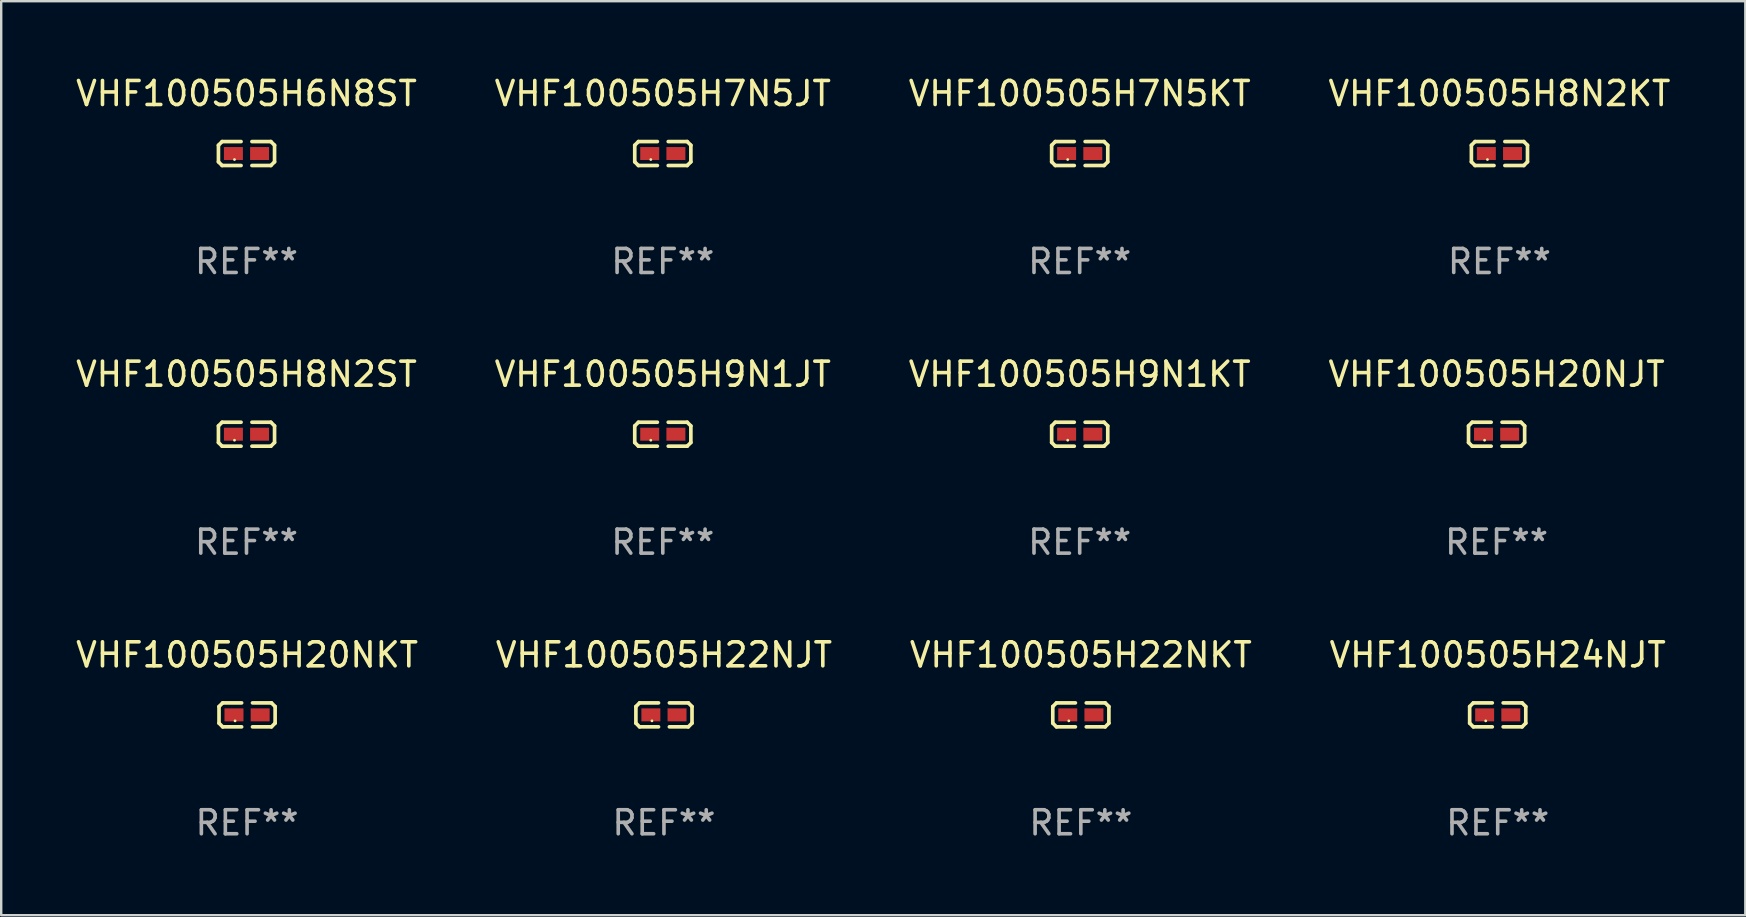
<source format=kicad_pcb>
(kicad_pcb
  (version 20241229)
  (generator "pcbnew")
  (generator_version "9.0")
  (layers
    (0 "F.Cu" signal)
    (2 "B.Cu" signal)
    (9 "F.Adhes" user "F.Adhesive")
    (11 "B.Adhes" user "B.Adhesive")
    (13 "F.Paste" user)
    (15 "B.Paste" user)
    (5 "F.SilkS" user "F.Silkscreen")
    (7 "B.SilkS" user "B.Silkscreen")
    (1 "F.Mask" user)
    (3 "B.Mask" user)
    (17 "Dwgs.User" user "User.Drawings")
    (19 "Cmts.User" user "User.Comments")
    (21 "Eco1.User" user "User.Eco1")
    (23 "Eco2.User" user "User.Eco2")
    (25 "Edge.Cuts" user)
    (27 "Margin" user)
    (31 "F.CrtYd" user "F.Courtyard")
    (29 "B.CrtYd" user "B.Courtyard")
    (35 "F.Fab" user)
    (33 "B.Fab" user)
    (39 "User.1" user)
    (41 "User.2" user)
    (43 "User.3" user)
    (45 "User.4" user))
  (footprint "VHF100505H20NJT"
    (layer "F.Cu")
    (at 59.304 15.041)
    (property "Reference" "VHF100505H20NJT" (at 0 -2.499 0) (layer "F.SilkS") (effects (font (size 1 1) (thickness 0.15))))
    (attr through_hole)
    (fp_line (start -1.169 -0.346) (end -1.016 -0.499) (stroke (width 0.152) (type solid)) (layer "F.SilkS"))
    (fp_line (start -1.169 0.346) (end -1.169 -0.346) (stroke (width 0.152) (type solid)) (layer "F.SilkS"))
    (fp_line (start -1.016 -0.499) (end -0.226 -0.499) (stroke (width 0.152) (type solid)) (layer "F.SilkS"))
    (fp_line (start -1.016 0.499) (end -1.169 0.346) (stroke (width 0.152) (type solid)) (layer "F.SilkS"))
    (fp_line (start -0.226 0.499) (end -1.016 0.499) (stroke (width 0.152) (type solid)) (layer "F.SilkS"))
    (fp_line (start 0.226 0.499) (end 1.016 0.499) (stroke (width 0.152) (type solid)) (layer "F.SilkS"))
    (fp_line (start 1.016 -0.499) (end 0.226 -0.499) (stroke (width 0.152) (type solid)) (layer "F.SilkS"))
    (fp_line (start 1.016 0.499) (end 1.169 0.346) (stroke (width 0.152) (type solid)) (layer "F.SilkS"))
    (fp_line (start 1.169 -0.346) (end 1.016 -0.499) (stroke (width 0.152) (type solid)) (layer "F.SilkS"))
    (fp_line (start 1.169 0.346) (end 1.169 -0.346) (stroke (width 0.152) (type solid)) (layer "F.SilkS"))
    (fp_circle (center -0.5 0.25) (end -0.47 0.25) (stroke (width 0.06) (type solid)) (fill no) (layer "F.SilkS"))
    (fp_text user "REF**" (at 0 4.499 0) (layer "F.Fab") (effects (font (size 1 1) (thickness 0.15))))
    (pad "1" smd rect (at -0.545 0) (size 0.79 0.54) (layers "F.Cu" "F.Mask" "F.Paste"))
    (pad "2" smd rect (at 0.545 0) (size 0.79 0.54) (layers "F.Cu" "F.Mask" "F.Paste")))
  (footprint "VHF100505H9N1JT"
    (layer "F.Cu")
    (at 24.565 15.041)
    (property "Reference" "VHF100505H9N1JT" (at 0 -2.499 0) (layer "F.SilkS") (effects (font (size 1 1) (thickness 0.15))))
    (attr through_hole)
    (fp_line (start -1.169 -0.346) (end -1.016 -0.499) (stroke (width 0.152) (type solid)) (layer "F.SilkS"))
    (fp_line (start -1.169 0.346) (end -1.169 -0.346) (stroke (width 0.152) (type solid)) (layer "F.SilkS"))
    (fp_line (start -1.016 -0.499) (end -0.226 -0.499) (stroke (width 0.152) (type solid)) (layer "F.SilkS"))
    (fp_line (start -1.016 0.499) (end -1.169 0.346) (stroke (width 0.152) (type solid)) (layer "F.SilkS"))
    (fp_line (start -0.226 0.499) (end -1.016 0.499) (stroke (width 0.152) (type solid)) (layer "F.SilkS"))
    (fp_line (start 0.226 0.499) (end 1.016 0.499) (stroke (width 0.152) (type solid)) (layer "F.SilkS"))
    (fp_line (start 1.016 -0.499) (end 0.226 -0.499) (stroke (width 0.152) (type solid)) (layer "F.SilkS"))
    (fp_line (start 1.016 0.499) (end 1.169 0.346) (stroke (width 0.152) (type solid)) (layer "F.SilkS"))
    (fp_line (start 1.169 -0.346) (end 1.016 -0.499) (stroke (width 0.152) (type solid)) (layer "F.SilkS"))
    (fp_line (start 1.169 0.346) (end 1.169 -0.346) (stroke (width 0.152) (type solid)) (layer "F.SilkS"))
    (fp_circle (center -0.5 0.25) (end -0.47 0.25) (stroke (width 0.06) (type solid)) (fill no) (layer "F.SilkS"))
    (fp_text user "REF**" (at 0 4.499 0) (layer "F.Fab") (effects (font (size 1 1) (thickness 0.15))))
    (pad "1" smd rect (at -0.545 0) (size 0.79 0.54) (layers "F.Cu" "F.Mask" "F.Paste"))
    (pad "2" smd rect (at 0.545 0) (size 0.79 0.54) (layers "F.Cu" "F.Mask" "F.Paste")))
  (footprint "VHF100505H9N1KT"
    (layer "F.Cu")
    (at 41.935 15.041)
    (property "Reference" "VHF100505H9N1KT" (at 0 -2.499 0) (layer "F.SilkS") (effects (font (size 1 1) (thickness 0.15))))
    (attr through_hole)
    (fp_line (start -1.169 -0.346) (end -1.016 -0.499) (stroke (width 0.152) (type solid)) (layer "F.SilkS"))
    (fp_line (start -1.169 0.346) (end -1.169 -0.346) (stroke (width 0.152) (type solid)) (layer "F.SilkS"))
    (fp_line (start -1.016 -0.499) (end -0.226 -0.499) (stroke (width 0.152) (type solid)) (layer "F.SilkS"))
    (fp_line (start -1.016 0.499) (end -1.169 0.346) (stroke (width 0.152) (type solid)) (layer "F.SilkS"))
    (fp_line (start -0.226 0.499) (end -1.016 0.499) (stroke (width 0.152) (type solid)) (layer "F.SilkS"))
    (fp_line (start 0.226 0.499) (end 1.016 0.499) (stroke (width 0.152) (type solid)) (layer "F.SilkS"))
    (fp_line (start 1.016 -0.499) (end 0.226 -0.499) (stroke (width 0.152) (type solid)) (layer "F.SilkS"))
    (fp_line (start 1.016 0.499) (end 1.169 0.346) (stroke (width 0.152) (type solid)) (layer "F.SilkS"))
    (fp_line (start 1.169 -0.346) (end 1.016 -0.499) (stroke (width 0.152) (type solid)) (layer "F.SilkS"))
    (fp_line (start 1.169 0.346) (end 1.169 -0.346) (stroke (width 0.152) (type solid)) (layer "F.SilkS"))
    (fp_circle (center -0.5 0.25) (end -0.47 0.25) (stroke (width 0.06) (type solid)) (fill no) (layer "F.SilkS"))
    (fp_text user "REF**" (at 0 4.499 0) (layer "F.Fab") (effects (font (size 1 1) (thickness 0.15))))
    (pad "1" smd rect (at -0.545 0) (size 0.79 0.54) (layers "F.Cu" "F.Mask" "F.Paste"))
    (pad "2" smd rect (at 0.545 0) (size 0.79 0.54) (layers "F.Cu" "F.Mask" "F.Paste")))
  (footprint "VHF100505H24NJT"
    (layer "F.Cu")
    (at 59.351 26.734)
    (property "Reference" "VHF100505H24NJT" (at 0 -2.499 0) (layer "F.SilkS") (effects (font (size 1 1) (thickness 0.15))))
    (attr through_hole)
    (fp_line (start -1.169 -0.346) (end -1.016 -0.499) (stroke (width 0.152) (type solid)) (layer "F.SilkS"))
    (fp_line (start -1.169 0.346) (end -1.169 -0.346) (stroke (width 0.152) (type solid)) (layer "F.SilkS"))
    (fp_line (start -1.016 -0.499) (end -0.226 -0.499) (stroke (width 0.152) (type solid)) (layer "F.SilkS"))
    (fp_line (start -1.016 0.499) (end -1.169 0.346) (stroke (width 0.152) (type solid)) (layer "F.SilkS"))
    (fp_line (start -0.226 0.499) (end -1.016 0.499) (stroke (width 0.152) (type solid)) (layer "F.SilkS"))
    (fp_line (start 0.226 0.499) (end 1.016 0.499) (stroke (width 0.152) (type solid)) (layer "F.SilkS"))
    (fp_line (start 1.016 -0.499) (end 0.226 -0.499) (stroke (width 0.152) (type solid)) (layer "F.SilkS"))
    (fp_line (start 1.016 0.499) (end 1.169 0.346) (stroke (width 0.152) (type solid)) (layer "F.SilkS"))
    (fp_line (start 1.169 -0.346) (end 1.016 -0.499) (stroke (width 0.152) (type solid)) (layer "F.SilkS"))
    (fp_line (start 1.169 0.346) (end 1.169 -0.346) (stroke (width 0.152) (type solid)) (layer "F.SilkS"))
    (fp_circle (center -0.5 0.25) (end -0.47 0.25) (stroke (width 0.06) (type solid)) (fill no) (layer "F.SilkS"))
    (fp_text user "REF**" (at 0 4.499 0) (layer "F.Fab") (effects (font (size 1 1) (thickness 0.15))))
    (pad "1" smd rect (at -0.545 0) (size 0.79 0.54) (layers "F.Cu" "F.Mask" "F.Paste"))
    (pad "2" smd rect (at 0.545 0) (size 0.79 0.54) (layers "F.Cu" "F.Mask" "F.Paste")))
  (footprint "VHF100505H6N8ST"
    (layer "F.Cu")
    (at 7.22 3.347)
    (property "Reference" "VHF100505H6N8ST" (at 0 -2.499 0) (layer "F.SilkS") (effects (font (size 1 1) (thickness 0.15))))
    (attr through_hole)
    (fp_line (start -1.169 -0.346) (end -1.016 -0.499) (stroke (width 0.152) (type solid)) (layer "F.SilkS"))
    (fp_line (start -1.169 0.346) (end -1.169 -0.346) (stroke (width 0.152) (type solid)) (layer "F.SilkS"))
    (fp_line (start -1.016 -0.499) (end -0.226 -0.499) (stroke (width 0.152) (type solid)) (layer "F.SilkS"))
    (fp_line (start -1.016 0.499) (end -1.169 0.346) (stroke (width 0.152) (type solid)) (layer "F.SilkS"))
    (fp_line (start -0.226 0.499) (end -1.016 0.499) (stroke (width 0.152) (type solid)) (layer "F.SilkS"))
    (fp_line (start 0.226 0.499) (end 1.016 0.499) (stroke (width 0.152) (type solid)) (layer "F.SilkS"))
    (fp_line (start 1.016 -0.499) (end 0.226 -0.499) (stroke (width 0.152) (type solid)) (layer "F.SilkS"))
    (fp_line (start 1.016 0.499) (end 1.169 0.346) (stroke (width 0.152) (type solid)) (layer "F.SilkS"))
    (fp_line (start 1.169 -0.346) (end 1.016 -0.499) (stroke (width 0.152) (type solid)) (layer "F.SilkS"))
    (fp_line (start 1.169 0.346) (end 1.169 -0.346) (stroke (width 0.152) (type solid)) (layer "F.SilkS"))
    (fp_circle (center -0.5 0.25) (end -0.47 0.25) (stroke (width 0.06) (type solid)) (fill no) (layer "F.SilkS"))
    (fp_text user "REF**" (at 0 4.499 0) (layer "F.Fab") (effects (font (size 1 1) (thickness 0.15))))
    (pad "1" smd rect (at -0.545 0) (size 0.79 0.54) (layers "F.Cu" "F.Mask" "F.Paste"))
    (pad "2" smd rect (at 0.545 0) (size 0.79 0.54) (layers "F.Cu" "F.Mask" "F.Paste")))
  (footprint "VHF100505H8N2KT"
    (layer "F.Cu")
    (at 59.423 3.347)
    (property "Reference" "VHF100505H8N2KT" (at 0 -2.499 0) (layer "F.SilkS") (effects (font (size 1 1) (thickness 0.15))))
    (attr through_hole)
    (fp_line (start -1.169 -0.346) (end -1.016 -0.499) (stroke (width 0.152) (type solid)) (layer "F.SilkS"))
    (fp_line (start -1.169 0.346) (end -1.169 -0.346) (stroke (width 0.152) (type solid)) (layer "F.SilkS"))
    (fp_line (start -1.016 -0.499) (end -0.226 -0.499) (stroke (width 0.152) (type solid)) (layer "F.SilkS"))
    (fp_line (start -1.016 0.499) (end -1.169 0.346) (stroke (width 0.152) (type solid)) (layer "F.SilkS"))
    (fp_line (start -0.226 0.499) (end -1.016 0.499) (stroke (width 0.152) (type solid)) (layer "F.SilkS"))
    (fp_line (start 0.226 0.499) (end 1.016 0.499) (stroke (width 0.152) (type solid)) (layer "F.SilkS"))
    (fp_line (start 1.016 -0.499) (end 0.226 -0.499) (stroke (width 0.152) (type solid)) (layer "F.SilkS"))
    (fp_line (start 1.016 0.499) (end 1.169 0.346) (stroke (width 0.152) (type solid)) (layer "F.SilkS"))
    (fp_line (start 1.169 -0.346) (end 1.016 -0.499) (stroke (width 0.152) (type solid)) (layer "F.SilkS"))
    (fp_line (start 1.169 0.346) (end 1.169 -0.346) (stroke (width 0.152) (type solid)) (layer "F.SilkS"))
    (fp_circle (center -0.5 0.25) (end -0.47 0.25) (stroke (width 0.06) (type solid)) (fill no) (layer "F.SilkS"))
    (fp_text user "REF**" (at 0 4.499 0) (layer "F.Fab") (effects (font (size 1 1) (thickness 0.15))))
    (pad "1" smd rect (at -0.545 0) (size 0.79 0.54) (layers "F.Cu" "F.Mask" "F.Paste"))
    (pad "2" smd rect (at 0.545 0) (size 0.79 0.54) (layers "F.Cu" "F.Mask" "F.Paste")))
  (footprint "VHF100505H22NKT"
    (layer "F.Cu")
    (at 41.982 26.734)
    (property "Reference" "VHF100505H22NKT" (at 0 -2.499 0) (layer "F.SilkS") (effects (font (size 1 1) (thickness 0.15))))
    (attr through_hole)
    (fp_line (start -1.169 -0.346) (end -1.016 -0.499) (stroke (width 0.152) (type solid)) (layer "F.SilkS"))
    (fp_line (start -1.169 0.346) (end -1.169 -0.346) (stroke (width 0.152) (type solid)) (layer "F.SilkS"))
    (fp_line (start -1.016 -0.499) (end -0.226 -0.499) (stroke (width 0.152) (type solid)) (layer "F.SilkS"))
    (fp_line (start -1.016 0.499) (end -1.169 0.346) (stroke (width 0.152) (type solid)) (layer "F.SilkS"))
    (fp_line (start -0.226 0.499) (end -1.016 0.499) (stroke (width 0.152) (type solid)) (layer "F.SilkS"))
    (fp_line (start 0.226 0.499) (end 1.016 0.499) (stroke (width 0.152) (type solid)) (layer "F.SilkS"))
    (fp_line (start 1.016 -0.499) (end 0.226 -0.499) (stroke (width 0.152) (type solid)) (layer "F.SilkS"))
    (fp_line (start 1.016 0.499) (end 1.169 0.346) (stroke (width 0.152) (type solid)) (layer "F.SilkS"))
    (fp_line (start 1.169 -0.346) (end 1.016 -0.499) (stroke (width 0.152) (type solid)) (layer "F.SilkS"))
    (fp_line (start 1.169 0.346) (end 1.169 -0.346) (stroke (width 0.152) (type solid)) (layer "F.SilkS"))
    (fp_circle (center -0.5 0.25) (end -0.47 0.25) (stroke (width 0.06) (type solid)) (fill no) (layer "F.SilkS"))
    (fp_text user "REF**" (at 0 4.499 0) (layer "F.Fab") (effects (font (size 1 1) (thickness 0.15))))
    (pad "1" smd rect (at -0.545 0) (size 0.79 0.54) (layers "F.Cu" "F.Mask" "F.Paste"))
    (pad "2" smd rect (at 0.545 0) (size 0.79 0.54) (layers "F.Cu" "F.Mask" "F.Paste")))
  (footprint "VHF100505H22NJT"
    (layer "F.Cu")
    (at 24.613 26.734)
    (property "Reference" "VHF100505H22NJT" (at 0 -2.499 0) (layer "F.SilkS") (effects (font (size 1 1) (thickness 0.15))))
    (attr through_hole)
    (fp_line (start -1.169 -0.346) (end -1.016 -0.499) (stroke (width 0.152) (type solid)) (layer "F.SilkS"))
    (fp_line (start -1.169 0.346) (end -1.169 -0.346) (stroke (width 0.152) (type solid)) (layer "F.SilkS"))
    (fp_line (start -1.016 -0.499) (end -0.226 -0.499) (stroke (width 0.152) (type solid)) (layer "F.SilkS"))
    (fp_line (start -1.016 0.499) (end -1.169 0.346) (stroke (width 0.152) (type solid)) (layer "F.SilkS"))
    (fp_line (start -0.226 0.499) (end -1.016 0.499) (stroke (width 0.152) (type solid)) (layer "F.SilkS"))
    (fp_line (start 0.226 0.499) (end 1.016 0.499) (stroke (width 0.152) (type solid)) (layer "F.SilkS"))
    (fp_line (start 1.016 -0.499) (end 0.226 -0.499) (stroke (width 0.152) (type solid)) (layer "F.SilkS"))
    (fp_line (start 1.016 0.499) (end 1.169 0.346) (stroke (width 0.152) (type solid)) (layer "F.SilkS"))
    (fp_line (start 1.169 -0.346) (end 1.016 -0.499) (stroke (width 0.152) (type solid)) (layer "F.SilkS"))
    (fp_line (start 1.169 0.346) (end 1.169 -0.346) (stroke (width 0.152) (type solid)) (layer "F.SilkS"))
    (fp_circle (center -0.5 0.25) (end -0.47 0.25) (stroke (width 0.06) (type solid)) (fill no) (layer "F.SilkS"))
    (fp_text user "REF**" (at 0 4.499 0) (layer "F.Fab") (effects (font (size 1 1) (thickness 0.15))))
    (pad "1" smd rect (at -0.545 0) (size 0.79 0.54) (layers "F.Cu" "F.Mask" "F.Paste"))
    (pad "2" smd rect (at 0.545 0) (size 0.79 0.54) (layers "F.Cu" "F.Mask" "F.Paste")))
  (footprint "VHF100505H20NKT"
    (layer "F.Cu")
    (at 7.244 26.734)
    (property "Reference" "VHF100505H20NKT" (at 0 -2.499 0) (layer "F.SilkS") (effects (font (size 1 1) (thickness 0.15))))
    (attr through_hole)
    (fp_line (start -1.169 -0.346) (end -1.016 -0.499) (stroke (width 0.152) (type solid)) (layer "F.SilkS"))
    (fp_line (start -1.169 0.346) (end -1.169 -0.346) (stroke (width 0.152) (type solid)) (layer "F.SilkS"))
    (fp_line (start -1.016 -0.499) (end -0.226 -0.499) (stroke (width 0.152) (type solid)) (layer "F.SilkS"))
    (fp_line (start -1.016 0.499) (end -1.169 0.346) (stroke (width 0.152) (type solid)) (layer "F.SilkS"))
    (fp_line (start -0.226 0.499) (end -1.016 0.499) (stroke (width 0.152) (type solid)) (layer "F.SilkS"))
    (fp_line (start 0.226 0.499) (end 1.016 0.499) (stroke (width 0.152) (type solid)) (layer "F.SilkS"))
    (fp_line (start 1.016 -0.499) (end 0.226 -0.499) (stroke (width 0.152) (type solid)) (layer "F.SilkS"))
    (fp_line (start 1.016 0.499) (end 1.169 0.346) (stroke (width 0.152) (type solid)) (layer "F.SilkS"))
    (fp_line (start 1.169 -0.346) (end 1.016 -0.499) (stroke (width 0.152) (type solid)) (layer "F.SilkS"))
    (fp_line (start 1.169 0.346) (end 1.169 -0.346) (stroke (width 0.152) (type solid)) (layer "F.SilkS"))
    (fp_circle (center -0.5 0.25) (end -0.47 0.25) (stroke (width 0.06) (type solid)) (fill no) (layer "F.SilkS"))
    (fp_text user "REF**" (at 0 4.499 0) (layer "F.Fab") (effects (font (size 1 1) (thickness 0.15))))
    (pad "1" smd rect (at -0.545 0) (size 0.79 0.54) (layers "F.Cu" "F.Mask" "F.Paste"))
    (pad "2" smd rect (at 0.545 0) (size 0.79 0.54) (layers "F.Cu" "F.Mask" "F.Paste")))
  (footprint "VHF100505H8N2ST"
    (layer "F.Cu")
    (at 7.22 15.041)
    (property "Reference" "VHF100505H8N2ST" (at 0 -2.499 0) (layer "F.SilkS") (effects (font (size 1 1) (thickness 0.15))))
    (attr through_hole)
    (fp_line (start -1.169 -0.346) (end -1.016 -0.499) (stroke (width 0.152) (type solid)) (layer "F.SilkS"))
    (fp_line (start -1.169 0.346) (end -1.169 -0.346) (stroke (width 0.152) (type solid)) (layer "F.SilkS"))
    (fp_line (start -1.016 -0.499) (end -0.226 -0.499) (stroke (width 0.152) (type solid)) (layer "F.SilkS"))
    (fp_line (start -1.016 0.499) (end -1.169 0.346) (stroke (width 0.152) (type solid)) (layer "F.SilkS"))
    (fp_line (start -0.226 0.499) (end -1.016 0.499) (stroke (width 0.152) (type solid)) (layer "F.SilkS"))
    (fp_line (start 0.226 0.499) (end 1.016 0.499) (stroke (width 0.152) (type solid)) (layer "F.SilkS"))
    (fp_line (start 1.016 -0.499) (end 0.226 -0.499) (stroke (width 0.152) (type solid)) (layer "F.SilkS"))
    (fp_line (start 1.016 0.499) (end 1.169 0.346) (stroke (width 0.152) (type solid)) (layer "F.SilkS"))
    (fp_line (start 1.169 -0.346) (end 1.016 -0.499) (stroke (width 0.152) (type solid)) (layer "F.SilkS"))
    (fp_line (start 1.169 0.346) (end 1.169 -0.346) (stroke (width 0.152) (type solid)) (layer "F.SilkS"))
    (fp_circle (center -0.5 0.25) (end -0.47 0.25) (stroke (width 0.06) (type solid)) (fill no) (layer "F.SilkS"))
    (fp_text user "REF**" (at 0 4.499 0) (layer "F.Fab") (effects (font (size 1 1) (thickness 0.15))))
    (pad "1" smd rect (at -0.545 0) (size 0.79 0.54) (layers "F.Cu" "F.Mask" "F.Paste"))
    (pad "2" smd rect (at 0.545 0) (size 0.79 0.54) (layers "F.Cu" "F.Mask" "F.Paste")))
  (footprint "VHF100505H7N5JT"
    (layer "F.Cu")
    (at 24.565 3.347)
    (property "Reference" "VHF100505H7N5JT" (at 0 -2.499 0) (layer "F.SilkS") (effects (font (size 1 1) (thickness 0.15))))
    (attr through_hole)
    (fp_line (start -1.169 -0.346) (end -1.016 -0.499) (stroke (width 0.152) (type solid)) (layer "F.SilkS"))
    (fp_line (start -1.169 0.346) (end -1.169 -0.346) (stroke (width 0.152) (type solid)) (layer "F.SilkS"))
    (fp_line (start -1.016 -0.499) (end -0.226 -0.499) (stroke (width 0.152) (type solid)) (layer "F.SilkS"))
    (fp_line (start -1.016 0.499) (end -1.169 0.346) (stroke (width 0.152) (type solid)) (layer "F.SilkS"))
    (fp_line (start -0.226 0.499) (end -1.016 0.499) (stroke (width 0.152) (type solid)) (layer "F.SilkS"))
    (fp_line (start 0.226 0.499) (end 1.016 0.499) (stroke (width 0.152) (type solid)) (layer "F.SilkS"))
    (fp_line (start 1.016 -0.499) (end 0.226 -0.499) (stroke (width 0.152) (type solid)) (layer "F.SilkS"))
    (fp_line (start 1.016 0.499) (end 1.169 0.346) (stroke (width 0.152) (type solid)) (layer "F.SilkS"))
    (fp_line (start 1.169 -0.346) (end 1.016 -0.499) (stroke (width 0.152) (type solid)) (layer "F.SilkS"))
    (fp_line (start 1.169 0.346) (end 1.169 -0.346) (stroke (width 0.152) (type solid)) (layer "F.SilkS"))
    (fp_circle (center -0.5 0.25) (end -0.47 0.25) (stroke (width 0.06) (type solid)) (fill no) (layer "F.SilkS"))
    (fp_text user "REF**" (at 0 4.499 0) (layer "F.Fab") (effects (font (size 1 1) (thickness 0.15))))
    (pad "1" smd rect (at -0.545 0) (size 0.79 0.54) (layers "F.Cu" "F.Mask" "F.Paste"))
    (pad "2" smd rect (at 0.545 0) (size 0.79 0.54) (layers "F.Cu" "F.Mask" "F.Paste")))
  (footprint "VHF100505H7N5KT"
    (layer "F.Cu")
    (at 41.935 3.347)
    (property "Reference" "VHF100505H7N5KT" (at 0 -2.499 0) (layer "F.SilkS") (effects (font (size 1 1) (thickness 0.15))))
    (attr through_hole)
    (fp_line (start -1.169 -0.346) (end -1.016 -0.499) (stroke (width 0.152) (type solid)) (layer "F.SilkS"))
    (fp_line (start -1.169 0.346) (end -1.169 -0.346) (stroke (width 0.152) (type solid)) (layer "F.SilkS"))
    (fp_line (start -1.016 -0.499) (end -0.226 -0.499) (stroke (width 0.152) (type solid)) (layer "F.SilkS"))
    (fp_line (start -1.016 0.499) (end -1.169 0.346) (stroke (width 0.152) (type solid)) (layer "F.SilkS"))
    (fp_line (start -0.226 0.499) (end -1.016 0.499) (stroke (width 0.152) (type solid)) (layer "F.SilkS"))
    (fp_line (start 0.226 0.499) (end 1.016 0.499) (stroke (width 0.152) (type solid)) (layer "F.SilkS"))
    (fp_line (start 1.016 -0.499) (end 0.226 -0.499) (stroke (width 0.152) (type solid)) (layer "F.SilkS"))
    (fp_line (start 1.016 0.499) (end 1.169 0.346) (stroke (width 0.152) (type solid)) (layer "F.SilkS"))
    (fp_line (start 1.169 -0.346) (end 1.016 -0.499) (stroke (width 0.152) (type solid)) (layer "F.SilkS"))
    (fp_line (start 1.169 0.346) (end 1.169 -0.346) (stroke (width 0.152) (type solid)) (layer "F.SilkS"))
    (fp_circle (center -0.5 0.25) (end -0.47 0.25) (stroke (width 0.06) (type solid)) (fill no) (layer "F.SilkS"))
    (fp_text user "REF**" (at 0 4.499 0) (layer "F.Fab") (effects (font (size 1 1) (thickness 0.15))))
    (pad "1" smd rect (at -0.545 0) (size 0.79 0.54) (layers "F.Cu" "F.Mask" "F.Paste"))
    (pad "2" smd rect (at 0.545 0) (size 0.79 0.54) (layers "F.Cu" "F.Mask" "F.Paste")))
  (gr_rect
    (start -3 -3)
    (end 69.667 35.081)
    (stroke (width 0.1) (type default))
    (fill no)
    (layer "Edge.Cuts")))
</source>
